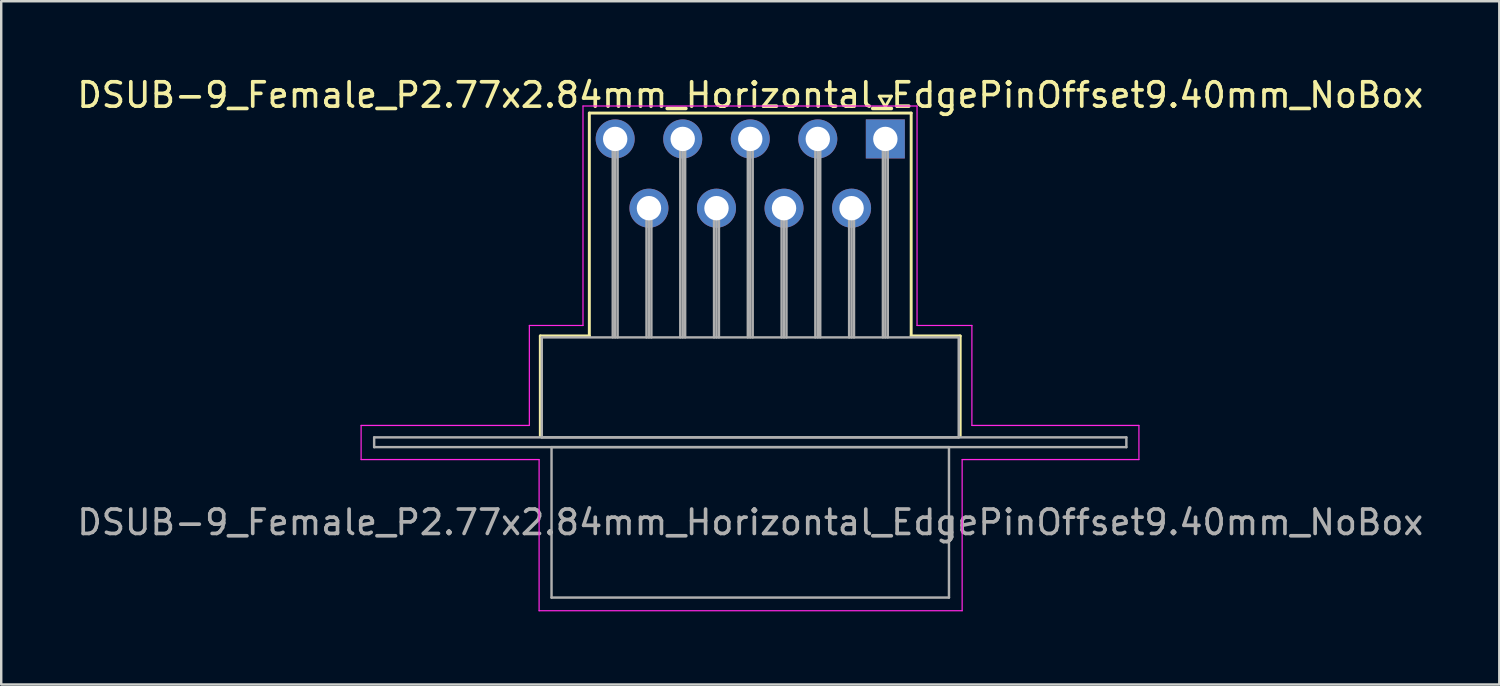
<source format=kicad_pcb>
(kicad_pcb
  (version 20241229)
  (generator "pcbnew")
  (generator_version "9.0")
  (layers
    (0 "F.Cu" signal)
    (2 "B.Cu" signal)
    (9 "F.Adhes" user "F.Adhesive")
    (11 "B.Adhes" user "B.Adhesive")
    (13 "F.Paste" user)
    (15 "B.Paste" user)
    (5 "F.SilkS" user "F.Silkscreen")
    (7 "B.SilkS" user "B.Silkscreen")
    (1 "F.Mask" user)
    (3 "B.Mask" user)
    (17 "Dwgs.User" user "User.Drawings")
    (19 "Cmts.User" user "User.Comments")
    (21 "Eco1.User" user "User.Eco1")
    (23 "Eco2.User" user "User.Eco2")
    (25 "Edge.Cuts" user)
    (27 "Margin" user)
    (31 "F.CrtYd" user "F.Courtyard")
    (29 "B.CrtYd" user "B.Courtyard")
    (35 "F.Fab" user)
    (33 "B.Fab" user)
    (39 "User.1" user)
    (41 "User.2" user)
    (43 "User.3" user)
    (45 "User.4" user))
  (footprint "DSUB-9_Female_P2.77x2.84mm_Horizontal_EdgePinOffset9.40mm_NoBox"
    (layer "F.Cu")
    (at 33.26 2.648)
    (property "Reference" "DSUB-9_Female_P2.77x2.84mm_Horizontal_EdgePinOffset9.40mm_NoBox" (at -5.54 -1.8 0) (layer "F.SilkS") (effects (font (size 1 1) (thickness 0.15))))
    (attr through_hole)
    (fp_line (start -14.15 8.08) (end -12.14 8.08) (stroke (width 0.12) (type solid)) (layer "F.SilkS"))
    (fp_line (start -14.15 12.18) (end -14.15 8.08) (stroke (width 0.12) (type solid)) (layer "F.SilkS"))
    (fp_line (start -12.14 -1.06) (end 1.06 -1.06) (stroke (width 0.12) (type solid)) (layer "F.SilkS"))
    (fp_line (start -12.14 8.08) (end -12.14 -1.06) (stroke (width 0.12) (type solid)) (layer "F.SilkS"))
    (fp_line (start -0.25 -1.754) (end 0.25 -1.754) (stroke (width 0.12) (type solid)) (layer "F.SilkS"))
    (fp_line (start 0 -1.321) (end -0.25 -1.754) (stroke (width 0.12) (type solid)) (layer "F.SilkS"))
    (fp_line (start 0.25 -1.754) (end 0 -1.321) (stroke (width 0.12) (type solid)) (layer "F.SilkS"))
    (fp_line (start 1.06 -1.06) (end 1.06 8.08) (stroke (width 0.12) (type solid)) (layer "F.SilkS"))
    (fp_line (start 1.06 8.08) (end 3.07 8.08) (stroke (width 0.12) (type solid)) (layer "F.SilkS"))
    (fp_line (start 3.07 8.08) (end 3.07 12.18) (stroke (width 0.12) (type solid)) (layer "F.SilkS"))
    (fp_line (start -21.5 11.75) (end -14.6 11.75) (stroke (width 0.05) (type solid)) (layer "F.CrtYd"))
    (fp_line (start -21.5 13.15) (end -21.5 11.75) (stroke (width 0.05) (type solid)) (layer "F.CrtYd"))
    (fp_line (start -14.6 7.65) (end -12.4 7.65) (stroke (width 0.05) (type solid)) (layer "F.CrtYd"))
    (fp_line (start -14.6 11.75) (end -14.6 7.65) (stroke (width 0.05) (type solid)) (layer "F.CrtYd"))
    (fp_line (start -14.2 13.15) (end -21.5 13.15) (stroke (width 0.05) (type solid)) (layer "F.CrtYd"))
    (fp_line (start -14.2 19.35) (end -14.2 13.15) (stroke (width 0.05) (type solid)) (layer "F.CrtYd"))
    (fp_line (start -12.4 -1.35) (end 1.3 -1.35) (stroke (width 0.05) (type solid)) (layer "F.CrtYd"))
    (fp_line (start -12.4 7.65) (end -12.4 -1.35) (stroke (width 0.05) (type solid)) (layer "F.CrtYd"))
    (fp_line (start 1.3 -1.35) (end 1.3 7.65) (stroke (width 0.05) (type solid)) (layer "F.CrtYd"))
    (fp_line (start 1.3 7.65) (end 3.55 7.65) (stroke (width 0.05) (type solid)) (layer "F.CrtYd"))
    (fp_line (start 3.15 13.15) (end 3.15 19.35) (stroke (width 0.05) (type solid)) (layer "F.CrtYd"))
    (fp_line (start 3.15 19.35) (end -14.2 19.35) (stroke (width 0.05) (type solid)) (layer "F.CrtYd"))
    (fp_line (start 3.55 7.65) (end 3.55 11.75) (stroke (width 0.05) (type solid)) (layer "F.CrtYd"))
    (fp_line (start 3.55 11.75) (end 10.4 11.75) (stroke (width 0.05) (type solid)) (layer "F.CrtYd"))
    (fp_line (start 10.4 11.75) (end 10.4 13.15) (stroke (width 0.05) (type solid)) (layer "F.CrtYd"))
    (fp_line (start 10.4 13.15) (end 3.15 13.15) (stroke (width 0.05) (type solid)) (layer "F.CrtYd"))
    (fp_line (start -20.965 12.24) (end -20.965 12.64) (stroke (width 0.1) (type solid)) (layer "F.Fab"))
    (fp_line (start -20.965 12.64) (end 9.885 12.64) (stroke (width 0.1) (type solid)) (layer "F.Fab"))
    (fp_line (start -14.09 8.14) (end -14.09 12.24) (stroke (width 0.1) (type solid)) (layer "F.Fab"))
    (fp_line (start -14.09 12.24) (end 3.01 12.24) (stroke (width 0.1) (type solid)) (layer "F.Fab"))
    (fp_line (start -13.69 12.64) (end -13.69 18.81) (stroke (width 0.1) (type solid)) (layer "F.Fab"))
    (fp_line (start -13.69 18.81) (end 2.61 18.81) (stroke (width 0.1) (type solid)) (layer "F.Fab"))
    (fp_line (start -11.18 0) (end -11.18 8.14) (stroke (width 0.1) (type solid)) (layer "F.Fab"))
    (fp_line (start -11.08 0) (end -11.08 8.14) (stroke (width 0.1) (type solid)) (layer "F.Fab"))
    (fp_line (start -10.98 0) (end -10.98 8.14) (stroke (width 0.1) (type solid)) (layer "F.Fab"))
    (fp_line (start -9.795 2.84) (end -9.795 8.14) (stroke (width 0.1) (type solid)) (layer "F.Fab"))
    (fp_line (start -9.695 2.84) (end -9.695 8.14) (stroke (width 0.1) (type solid)) (layer "F.Fab"))
    (fp_line (start -9.595 2.84) (end -9.595 8.14) (stroke (width 0.1) (type solid)) (layer "F.Fab"))
    (fp_line (start -8.41 0) (end -8.41 8.14) (stroke (width 0.1) (type solid)) (layer "F.Fab"))
    (fp_line (start -8.31 0) (end -8.31 8.14) (stroke (width 0.1) (type solid)) (layer "F.Fab"))
    (fp_line (start -8.21 0) (end -8.21 8.14) (stroke (width 0.1) (type solid)) (layer "F.Fab"))
    (fp_line (start -7.025 2.84) (end -7.025 8.14) (stroke (width 0.1) (type solid)) (layer "F.Fab"))
    (fp_line (start -6.925 2.84) (end -6.925 8.14) (stroke (width 0.1) (type solid)) (layer "F.Fab"))
    (fp_line (start -6.825 2.84) (end -6.825 8.14) (stroke (width 0.1) (type solid)) (layer "F.Fab"))
    (fp_line (start -5.64 0) (end -5.64 8.14) (stroke (width 0.1) (type solid)) (layer "F.Fab"))
    (fp_line (start -5.54 0) (end -5.54 8.14) (stroke (width 0.1) (type solid)) (layer "F.Fab"))
    (fp_line (start -5.44 0) (end -5.44 8.14) (stroke (width 0.1) (type solid)) (layer "F.Fab"))
    (fp_line (start -4.255 2.84) (end -4.255 8.14) (stroke (width 0.1) (type solid)) (layer "F.Fab"))
    (fp_line (start -4.155 2.84) (end -4.155 8.14) (stroke (width 0.1) (type solid)) (layer "F.Fab"))
    (fp_line (start -4.055 2.84) (end -4.055 8.14) (stroke (width 0.1) (type solid)) (layer "F.Fab"))
    (fp_line (start -2.87 0) (end -2.87 8.14) (stroke (width 0.1) (type solid)) (layer "F.Fab"))
    (fp_line (start -2.77 0) (end -2.77 8.14) (stroke (width 0.1) (type solid)) (layer "F.Fab"))
    (fp_line (start -2.67 0) (end -2.67 8.14) (stroke (width 0.1) (type solid)) (layer "F.Fab"))
    (fp_line (start -1.485 2.84) (end -1.485 8.14) (stroke (width 0.1) (type solid)) (layer "F.Fab"))
    (fp_line (start -1.385 2.84) (end -1.385 8.14) (stroke (width 0.1) (type solid)) (layer "F.Fab"))
    (fp_line (start -1.285 2.84) (end -1.285 8.14) (stroke (width 0.1) (type solid)) (layer "F.Fab"))
    (fp_line (start -0.1 0) (end -0.1 8.14) (stroke (width 0.1) (type solid)) (layer "F.Fab"))
    (fp_line (start 0 0) (end 0 8.14) (stroke (width 0.1) (type solid)) (layer "F.Fab"))
    (fp_line (start 0.1 0) (end 0.1 8.14) (stroke (width 0.1) (type solid)) (layer "F.Fab"))
    (fp_line (start 2.61 12.64) (end -13.69 12.64) (stroke (width 0.1) (type solid)) (layer "F.Fab"))
    (fp_line (start 2.61 18.81) (end 2.61 12.64) (stroke (width 0.1) (type solid)) (layer "F.Fab"))
    (fp_line (start 3.01 8.14) (end -14.09 8.14) (stroke (width 0.1) (type solid)) (layer "F.Fab"))
    (fp_line (start 3.01 12.24) (end 3.01 8.14) (stroke (width 0.1) (type solid)) (layer "F.Fab"))
    (fp_line (start 9.885 12.24) (end -20.965 12.24) (stroke (width 0.1) (type solid)) (layer "F.Fab"))
    (fp_line (start 9.885 12.64) (end 9.885 12.24) (stroke (width 0.1) (type solid)) (layer "F.Fab"))
    (fp_text user "${REFERENCE}" (at -5.54 15.725 0) (layer "F.Fab") (effects (font (size 1 1) (thickness 0.15))))
    (pad "1" thru_hole rect (at 0 0) (size 1.6 1.6) (drill 1) (layers "*.Cu" "*.Mask"))
    (pad "2" thru_hole circle (at -2.77 0) (size 1.6 1.6) (drill 1) (layers "*.Cu" "*.Mask"))
    (pad "3" thru_hole circle (at -5.54 0) (size 1.6 1.6) (drill 1) (layers "*.Cu" "*.Mask"))
    (pad "4" thru_hole circle (at -8.31 0) (size 1.6 1.6) (drill 1) (layers "*.Cu" "*.Mask"))
    (pad "5" thru_hole circle (at -11.08 0) (size 1.6 1.6) (drill 1) (layers "*.Cu" "*.Mask"))
    (pad "6" thru_hole circle (at -1.385 2.84) (size 1.6 1.6) (drill 1) (layers "*.Cu" "*.Mask"))
    (pad "7" thru_hole circle (at -4.155 2.84) (size 1.6 1.6) (drill 1) (layers "*.Cu" "*.Mask"))
    (pad "8" thru_hole circle (at -6.925 2.84) (size 1.6 1.6) (drill 1) (layers "*.Cu" "*.Mask"))
    (pad "9" thru_hole circle (at -9.695 2.84) (size 1.6 1.6) (drill 1) (layers "*.Cu" "*.Mask")))
  (gr_rect
    (start -3 -3)
    (end 58.44 25.023)
    (stroke (width 0.1) (type default))
    (fill no)
    (layer "Edge.Cuts")))
</source>
